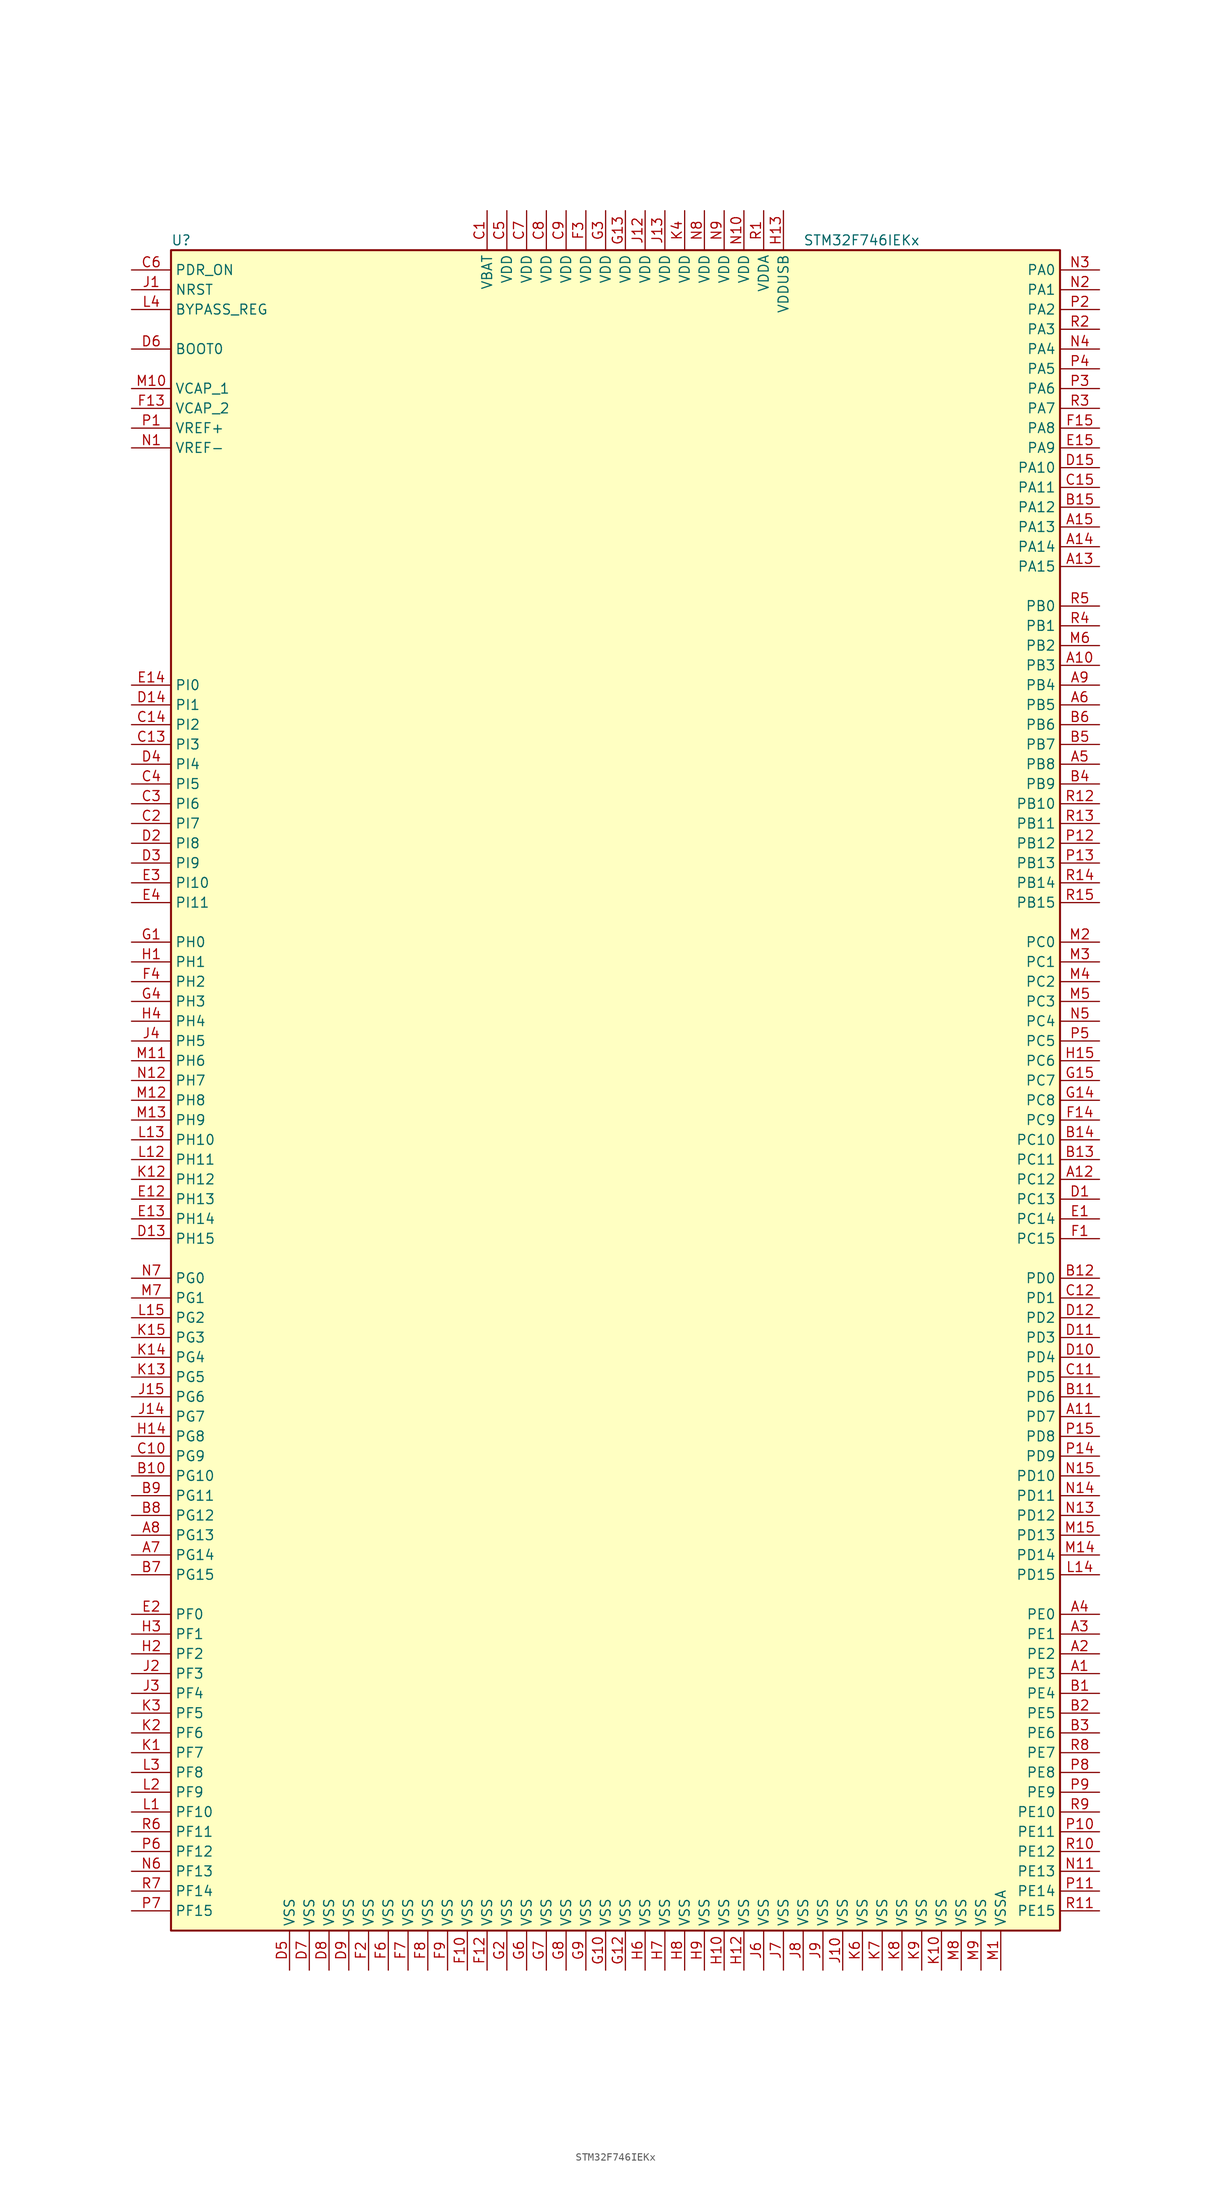
<source format=kicad_sym>
(kicad_symbol_lib
  (version 20201005)
  (generator kicad_symbol_editor)
  (symbol "MCU_ST_STM32F7:STM32F746IEKx"
    (property "Reference" "U"
      (at -58.42 107.95 0)
      (effects (font (size 1.27 1.27)) (justify left)))
    (property "Value" "STM32F746IEKx"
      (at 22.86 107.95 0)
      (effects (font (size 1.27 1.27)) (justify left)))
    (symbol "STM32F746IEKx_0_1"
      (rectangle (start -58.42 -109.22) (end 55.88 106.68) (stroke (width 0.254)) (fill (type background))))
    (symbol "STM32F746IEKx_1_1"
      (pin input line (at -63.5 93.98 0) (length 5.08) (name "BOOT0" (effects (font (size 1.27 1.27)))) (number "D6" (effects (font (size 1.27 1.27)))))
      (pin input line (at -63.5 99.06 0) (length 5.08) (name "BYPASS_REG" (effects (font (size 1.27 1.27)))) (number "L4" (effects (font (size 1.27 1.27)))))
      (pin input line (at -63.5 101.6 0) (length 5.08) (name "NRST" (effects (font (size 1.27 1.27)))) (number "J1" (effects (font (size 1.27 1.27)))))
      (pin bidirectional line (at 60.96 104.14 180) (length 5.08) (name "PA0" (effects (font (size 1.27 1.27)))) (number "N3" (effects (font (size 1.27 1.27)))))
      (pin bidirectional line (at 60.96 101.6 180) (length 5.08) (name "PA1" (effects (font (size 1.27 1.27)))) (number "N2" (effects (font (size 1.27 1.27)))))
      (pin bidirectional line (at 60.96 78.74 180) (length 5.08) (name "PA10" (effects (font (size 1.27 1.27)))) (number "D15" (effects (font (size 1.27 1.27)))))
      (pin bidirectional line (at 60.96 76.2 180) (length 5.08) (name "PA11" (effects (font (size 1.27 1.27)))) (number "C15" (effects (font (size 1.27 1.27)))))
      (pin bidirectional line (at 60.96 73.66 180) (length 5.08) (name "PA12" (effects (font (size 1.27 1.27)))) (number "B15" (effects (font (size 1.27 1.27)))))
      (pin bidirectional line (at 60.96 71.12 180) (length 5.08) (name "PA13" (effects (font (size 1.27 1.27)))) (number "A15" (effects (font (size 1.27 1.27)))))
      (pin bidirectional line (at 60.96 68.58 180) (length 5.08) (name "PA14" (effects (font (size 1.27 1.27)))) (number "A14" (effects (font (size 1.27 1.27)))))
      (pin bidirectional line (at 60.96 66.04 180) (length 5.08) (name "PA15" (effects (font (size 1.27 1.27)))) (number "A13" (effects (font (size 1.27 1.27)))))
      (pin bidirectional line (at 60.96 99.06 180) (length 5.08) (name "PA2" (effects (font (size 1.27 1.27)))) (number "P2" (effects (font (size 1.27 1.27)))))
      (pin bidirectional line (at 60.96 96.52 180) (length 5.08) (name "PA3" (effects (font (size 1.27 1.27)))) (number "R2" (effects (font (size 1.27 1.27)))))
      (pin bidirectional line (at 60.96 93.98 180) (length 5.08) (name "PA4" (effects (font (size 1.27 1.27)))) (number "N4" (effects (font (size 1.27 1.27)))))
      (pin bidirectional line (at 60.96 91.44 180) (length 5.08) (name "PA5" (effects (font (size 1.27 1.27)))) (number "P4" (effects (font (size 1.27 1.27)))))
      (pin bidirectional line (at 60.96 88.9 180) (length 5.08) (name "PA6" (effects (font (size 1.27 1.27)))) (number "P3" (effects (font (size 1.27 1.27)))))
      (pin bidirectional line (at 60.96 86.36 180) (length 5.08) (name "PA7" (effects (font (size 1.27 1.27)))) (number "R3" (effects (font (size 1.27 1.27)))))
      (pin bidirectional line (at 60.96 83.82 180) (length 5.08) (name "PA8" (effects (font (size 1.27 1.27)))) (number "F15" (effects (font (size 1.27 1.27)))))
      (pin bidirectional line (at 60.96 81.28 180) (length 5.08) (name "PA9" (effects (font (size 1.27 1.27)))) (number "E15" (effects (font (size 1.27 1.27)))))
      (pin bidirectional line (at 60.96 60.96 180) (length 5.08) (name "PB0" (effects (font (size 1.27 1.27)))) (number "R5" (effects (font (size 1.27 1.27)))))
      (pin bidirectional line (at 60.96 58.42 180) (length 5.08) (name "PB1" (effects (font (size 1.27 1.27)))) (number "R4" (effects (font (size 1.27 1.27)))))
      (pin bidirectional line (at 60.96 35.56 180) (length 5.08) (name "PB10" (effects (font (size 1.27 1.27)))) (number "R12" (effects (font (size 1.27 1.27)))))
      (pin bidirectional line (at 60.96 33.02 180) (length 5.08) (name "PB11" (effects (font (size 1.27 1.27)))) (number "R13" (effects (font (size 1.27 1.27)))))
      (pin bidirectional line (at 60.96 30.48 180) (length 5.08) (name "PB12" (effects (font (size 1.27 1.27)))) (number "P12" (effects (font (size 1.27 1.27)))))
      (pin bidirectional line (at 60.96 27.94 180) (length 5.08) (name "PB13" (effects (font (size 1.27 1.27)))) (number "P13" (effects (font (size 1.27 1.27)))))
      (pin bidirectional line (at 60.96 25.4 180) (length 5.08) (name "PB14" (effects (font (size 1.27 1.27)))) (number "R14" (effects (font (size 1.27 1.27)))))
      (pin bidirectional line (at 60.96 22.86 180) (length 5.08) (name "PB15" (effects (font (size 1.27 1.27)))) (number "R15" (effects (font (size 1.27 1.27)))))
      (pin bidirectional line (at 60.96 55.88 180) (length 5.08) (name "PB2" (effects (font (size 1.27 1.27)))) (number "M6" (effects (font (size 1.27 1.27)))))
      (pin bidirectional line (at 60.96 53.34 180) (length 5.08) (name "PB3" (effects (font (size 1.27 1.27)))) (number "A10" (effects (font (size 1.27 1.27)))))
      (pin bidirectional line (at 60.96 50.8 180) (length 5.08) (name "PB4" (effects (font (size 1.27 1.27)))) (number "A9" (effects (font (size 1.27 1.27)))))
      (pin bidirectional line (at 60.96 48.26 180) (length 5.08) (name "PB5" (effects (font (size 1.27 1.27)))) (number "A6" (effects (font (size 1.27 1.27)))))
      (pin bidirectional line (at 60.96 45.72 180) (length 5.08) (name "PB6" (effects (font (size 1.27 1.27)))) (number "B6" (effects (font (size 1.27 1.27)))))
      (pin bidirectional line (at 60.96 43.18 180) (length 5.08) (name "PB7" (effects (font (size 1.27 1.27)))) (number "B5" (effects (font (size 1.27 1.27)))))
      (pin bidirectional line (at 60.96 40.64 180) (length 5.08) (name "PB8" (effects (font (size 1.27 1.27)))) (number "A5" (effects (font (size 1.27 1.27)))))
      (pin bidirectional line (at 60.96 38.1 180) (length 5.08) (name "PB9" (effects (font (size 1.27 1.27)))) (number "B4" (effects (font (size 1.27 1.27)))))
      (pin bidirectional line (at 60.96 17.78 180) (length 5.08) (name "PC0" (effects (font (size 1.27 1.27)))) (number "M2" (effects (font (size 1.27 1.27)))))
      (pin bidirectional line (at 60.96 15.24 180) (length 5.08) (name "PC1" (effects (font (size 1.27 1.27)))) (number "M3" (effects (font (size 1.27 1.27)))))
      (pin bidirectional line (at 60.96 -7.62 180) (length 5.08) (name "PC10" (effects (font (size 1.27 1.27)))) (number "B14" (effects (font (size 1.27 1.27)))))
      (pin bidirectional line (at 60.96 -10.16 180) (length 5.08) (name "PC11" (effects (font (size 1.27 1.27)))) (number "B13" (effects (font (size 1.27 1.27)))))
      (pin bidirectional line (at 60.96 -12.7 180) (length 5.08) (name "PC12" (effects (font (size 1.27 1.27)))) (number "A12" (effects (font (size 1.27 1.27)))))
      (pin bidirectional line (at 60.96 -15.24 180) (length 5.08) (name "PC13" (effects (font (size 1.27 1.27)))) (number "D1" (effects (font (size 1.27 1.27)))))
      (pin bidirectional line (at 60.96 -17.78 180) (length 5.08) (name "PC14" (effects (font (size 1.27 1.27)))) (number "E1" (effects (font (size 1.27 1.27)))))
      (pin bidirectional line (at 60.96 -20.32 180) (length 5.08) (name "PC15" (effects (font (size 1.27 1.27)))) (number "F1" (effects (font (size 1.27 1.27)))))
      (pin bidirectional line (at 60.96 12.7 180) (length 5.08) (name "PC2" (effects (font (size 1.27 1.27)))) (number "M4" (effects (font (size 1.27 1.27)))))
      (pin bidirectional line (at 60.96 10.16 180) (length 5.08) (name "PC3" (effects (font (size 1.27 1.27)))) (number "M5" (effects (font (size 1.27 1.27)))))
      (pin bidirectional line (at 60.96 7.62 180) (length 5.08) (name "PC4" (effects (font (size 1.27 1.27)))) (number "N5" (effects (font (size 1.27 1.27)))))
      (pin bidirectional line (at 60.96 5.08 180) (length 5.08) (name "PC5" (effects (font (size 1.27 1.27)))) (number "P5" (effects (font (size 1.27 1.27)))))
      (pin bidirectional line (at 60.96 2.54 180) (length 5.08) (name "PC6" (effects (font (size 1.27 1.27)))) (number "H15" (effects (font (size 1.27 1.27)))))
      (pin bidirectional line (at 60.96 0 180) (length 5.08) (name "PC7" (effects (font (size 1.27 1.27)))) (number "G15" (effects (font (size 1.27 1.27)))))
      (pin bidirectional line (at 60.96 -2.54 180) (length 5.08) (name "PC8" (effects (font (size 1.27 1.27)))) (number "G14" (effects (font (size 1.27 1.27)))))
      (pin bidirectional line (at 60.96 -5.08 180) (length 5.08) (name "PC9" (effects (font (size 1.27 1.27)))) (number "F14" (effects (font (size 1.27 1.27)))))
      (pin bidirectional line (at 60.96 -25.4 180) (length 5.08) (name "PD0" (effects (font (size 1.27 1.27)))) (number "B12" (effects (font (size 1.27 1.27)))))
      (pin bidirectional line (at 60.96 -27.94 180) (length 5.08) (name "PD1" (effects (font (size 1.27 1.27)))) (number "C12" (effects (font (size 1.27 1.27)))))
      (pin bidirectional line (at 60.96 -50.8 180) (length 5.08) (name "PD10" (effects (font (size 1.27 1.27)))) (number "N15" (effects (font (size 1.27 1.27)))))
      (pin bidirectional line (at 60.96 -53.34 180) (length 5.08) (name "PD11" (effects (font (size 1.27 1.27)))) (number "N14" (effects (font (size 1.27 1.27)))))
      (pin bidirectional line (at 60.96 -55.88 180) (length 5.08) (name "PD12" (effects (font (size 1.27 1.27)))) (number "N13" (effects (font (size 1.27 1.27)))))
      (pin bidirectional line (at 60.96 -58.42 180) (length 5.08) (name "PD13" (effects (font (size 1.27 1.27)))) (number "M15" (effects (font (size 1.27 1.27)))))
      (pin bidirectional line (at 60.96 -60.96 180) (length 5.08) (name "PD14" (effects (font (size 1.27 1.27)))) (number "M14" (effects (font (size 1.27 1.27)))))
      (pin bidirectional line (at 60.96 -63.5 180) (length 5.08) (name "PD15" (effects (font (size 1.27 1.27)))) (number "L14" (effects (font (size 1.27 1.27)))))
      (pin bidirectional line (at 60.96 -30.48 180) (length 5.08) (name "PD2" (effects (font (size 1.27 1.27)))) (number "D12" (effects (font (size 1.27 1.27)))))
      (pin bidirectional line (at 60.96 -33.02 180) (length 5.08) (name "PD3" (effects (font (size 1.27 1.27)))) (number "D11" (effects (font (size 1.27 1.27)))))
      (pin bidirectional line (at 60.96 -35.56 180) (length 5.08) (name "PD4" (effects (font (size 1.27 1.27)))) (number "D10" (effects (font (size 1.27 1.27)))))
      (pin bidirectional line (at 60.96 -38.1 180) (length 5.08) (name "PD5" (effects (font (size 1.27 1.27)))) (number "C11" (effects (font (size 1.27 1.27)))))
      (pin bidirectional line (at 60.96 -40.64 180) (length 5.08) (name "PD6" (effects (font (size 1.27 1.27)))) (number "B11" (effects (font (size 1.27 1.27)))))
      (pin bidirectional line (at 60.96 -43.18 180) (length 5.08) (name "PD7" (effects (font (size 1.27 1.27)))) (number "A11" (effects (font (size 1.27 1.27)))))
      (pin bidirectional line (at 60.96 -45.72 180) (length 5.08) (name "PD8" (effects (font (size 1.27 1.27)))) (number "P15" (effects (font (size 1.27 1.27)))))
      (pin bidirectional line (at 60.96 -48.26 180) (length 5.08) (name "PD9" (effects (font (size 1.27 1.27)))) (number "P14" (effects (font (size 1.27 1.27)))))
      (pin input line (at -63.5 104.14 0) (length 5.08) (name "PDR_ON" (effects (font (size 1.27 1.27)))) (number "C6" (effects (font (size 1.27 1.27)))))
      (pin bidirectional line (at 60.96 -68.58 180) (length 5.08) (name "PE0" (effects (font (size 1.27 1.27)))) (number "A4" (effects (font (size 1.27 1.27)))))
      (pin bidirectional line (at 60.96 -71.12 180) (length 5.08) (name "PE1" (effects (font (size 1.27 1.27)))) (number "A3" (effects (font (size 1.27 1.27)))))
      (pin bidirectional line (at 60.96 -93.98 180) (length 5.08) (name "PE10" (effects (font (size 1.27 1.27)))) (number "R9" (effects (font (size 1.27 1.27)))))
      (pin bidirectional line (at 60.96 -96.52 180) (length 5.08) (name "PE11" (effects (font (size 1.27 1.27)))) (number "P10" (effects (font (size 1.27 1.27)))))
      (pin bidirectional line (at 60.96 -99.06 180) (length 5.08) (name "PE12" (effects (font (size 1.27 1.27)))) (number "R10" (effects (font (size 1.27 1.27)))))
      (pin bidirectional line (at 60.96 -101.6 180) (length 5.08) (name "PE13" (effects (font (size 1.27 1.27)))) (number "N11" (effects (font (size 1.27 1.27)))))
      (pin bidirectional line (at 60.96 -104.14 180) (length 5.08) (name "PE14" (effects (font (size 1.27 1.27)))) (number "P11" (effects (font (size 1.27 1.27)))))
      (pin bidirectional line (at 60.96 -106.68 180) (length 5.08) (name "PE15" (effects (font (size 1.27 1.27)))) (number "R11" (effects (font (size 1.27 1.27)))))
      (pin bidirectional line (at 60.96 -73.66 180) (length 5.08) (name "PE2" (effects (font (size 1.27 1.27)))) (number "A2" (effects (font (size 1.27 1.27)))))
      (pin bidirectional line (at 60.96 -76.2 180) (length 5.08) (name "PE3" (effects (font (size 1.27 1.27)))) (number "A1" (effects (font (size 1.27 1.27)))))
      (pin bidirectional line (at 60.96 -78.74 180) (length 5.08) (name "PE4" (effects (font (size 1.27 1.27)))) (number "B1" (effects (font (size 1.27 1.27)))))
      (pin bidirectional line (at 60.96 -81.28 180) (length 5.08) (name "PE5" (effects (font (size 1.27 1.27)))) (number "B2" (effects (font (size 1.27 1.27)))))
      (pin bidirectional line (at 60.96 -83.82 180) (length 5.08) (name "PE6" (effects (font (size 1.27 1.27)))) (number "B3" (effects (font (size 1.27 1.27)))))
      (pin bidirectional line (at 60.96 -86.36 180) (length 5.08) (name "PE7" (effects (font (size 1.27 1.27)))) (number "R8" (effects (font (size 1.27 1.27)))))
      (pin bidirectional line (at 60.96 -88.9 180) (length 5.08) (name "PE8" (effects (font (size 1.27 1.27)))) (number "P8" (effects (font (size 1.27 1.27)))))
      (pin bidirectional line (at 60.96 -91.44 180) (length 5.08) (name "PE9" (effects (font (size 1.27 1.27)))) (number "P9" (effects (font (size 1.27 1.27)))))
      (pin bidirectional line (at -63.5 -68.58 0) (length 5.08) (name "PF0" (effects (font (size 1.27 1.27)))) (number "E2" (effects (font (size 1.27 1.27)))))
      (pin bidirectional line (at -63.5 -71.12 0) (length 5.08) (name "PF1" (effects (font (size 1.27 1.27)))) (number "H3" (effects (font (size 1.27 1.27)))))
      (pin bidirectional line (at -63.5 -93.98 0) (length 5.08) (name "PF10" (effects (font (size 1.27 1.27)))) (number "L1" (effects (font (size 1.27 1.27)))))
      (pin bidirectional line (at -63.5 -96.52 0) (length 5.08) (name "PF11" (effects (font (size 1.27 1.27)))) (number "R6" (effects (font (size 1.27 1.27)))))
      (pin bidirectional line (at -63.5 -99.06 0) (length 5.08) (name "PF12" (effects (font (size 1.27 1.27)))) (number "P6" (effects (font (size 1.27 1.27)))))
      (pin bidirectional line (at -63.5 -101.6 0) (length 5.08) (name "PF13" (effects (font (size 1.27 1.27)))) (number "N6" (effects (font (size 1.27 1.27)))))
      (pin bidirectional line (at -63.5 -104.14 0) (length 5.08) (name "PF14" (effects (font (size 1.27 1.27)))) (number "R7" (effects (font (size 1.27 1.27)))))
      (pin bidirectional line (at -63.5 -106.68 0) (length 5.08) (name "PF15" (effects (font (size 1.27 1.27)))) (number "P7" (effects (font (size 1.27 1.27)))))
      (pin bidirectional line (at -63.5 -73.66 0) (length 5.08) (name "PF2" (effects (font (size 1.27 1.27)))) (number "H2" (effects (font (size 1.27 1.27)))))
      (pin bidirectional line (at -63.5 -76.2 0) (length 5.08) (name "PF3" (effects (font (size 1.27 1.27)))) (number "J2" (effects (font (size 1.27 1.27)))))
      (pin bidirectional line (at -63.5 -78.74 0) (length 5.08) (name "PF4" (effects (font (size 1.27 1.27)))) (number "J3" (effects (font (size 1.27 1.27)))))
      (pin bidirectional line (at -63.5 -81.28 0) (length 5.08) (name "PF5" (effects (font (size 1.27 1.27)))) (number "K3" (effects (font (size 1.27 1.27)))))
      (pin bidirectional line (at -63.5 -83.82 0) (length 5.08) (name "PF6" (effects (font (size 1.27 1.27)))) (number "K2" (effects (font (size 1.27 1.27)))))
      (pin bidirectional line (at -63.5 -86.36 0) (length 5.08) (name "PF7" (effects (font (size 1.27 1.27)))) (number "K1" (effects (font (size 1.27 1.27)))))
      (pin bidirectional line (at -63.5 -88.9 0) (length 5.08) (name "PF8" (effects (font (size 1.27 1.27)))) (number "L3" (effects (font (size 1.27 1.27)))))
      (pin bidirectional line (at -63.5 -91.44 0) (length 5.08) (name "PF9" (effects (font (size 1.27 1.27)))) (number "L2" (effects (font (size 1.27 1.27)))))
      (pin bidirectional line (at -63.5 -25.4 0) (length 5.08) (name "PG0" (effects (font (size 1.27 1.27)))) (number "N7" (effects (font (size 1.27 1.27)))))
      (pin bidirectional line (at -63.5 -27.94 0) (length 5.08) (name "PG1" (effects (font (size 1.27 1.27)))) (number "M7" (effects (font (size 1.27 1.27)))))
      (pin bidirectional line (at -63.5 -50.8 0) (length 5.08) (name "PG10" (effects (font (size 1.27 1.27)))) (number "B10" (effects (font (size 1.27 1.27)))))
      (pin bidirectional line (at -63.5 -53.34 0) (length 5.08) (name "PG11" (effects (font (size 1.27 1.27)))) (number "B9" (effects (font (size 1.27 1.27)))))
      (pin bidirectional line (at -63.5 -55.88 0) (length 5.08) (name "PG12" (effects (font (size 1.27 1.27)))) (number "B8" (effects (font (size 1.27 1.27)))))
      (pin bidirectional line (at -63.5 -58.42 0) (length 5.08) (name "PG13" (effects (font (size 1.27 1.27)))) (number "A8" (effects (font (size 1.27 1.27)))))
      (pin bidirectional line (at -63.5 -60.96 0) (length 5.08) (name "PG14" (effects (font (size 1.27 1.27)))) (number "A7" (effects (font (size 1.27 1.27)))))
      (pin bidirectional line (at -63.5 -63.5 0) (length 5.08) (name "PG15" (effects (font (size 1.27 1.27)))) (number "B7" (effects (font (size 1.27 1.27)))))
      (pin bidirectional line (at -63.5 -30.48 0) (length 5.08) (name "PG2" (effects (font (size 1.27 1.27)))) (number "L15" (effects (font (size 1.27 1.27)))))
      (pin bidirectional line (at -63.5 -33.02 0) (length 5.08) (name "PG3" (effects (font (size 1.27 1.27)))) (number "K15" (effects (font (size 1.27 1.27)))))
      (pin bidirectional line (at -63.5 -35.56 0) (length 5.08) (name "PG4" (effects (font (size 1.27 1.27)))) (number "K14" (effects (font (size 1.27 1.27)))))
      (pin bidirectional line (at -63.5 -38.1 0) (length 5.08) (name "PG5" (effects (font (size 1.27 1.27)))) (number "K13" (effects (font (size 1.27 1.27)))))
      (pin bidirectional line (at -63.5 -40.64 0) (length 5.08) (name "PG6" (effects (font (size 1.27 1.27)))) (number "J15" (effects (font (size 1.27 1.27)))))
      (pin bidirectional line (at -63.5 -43.18 0) (length 5.08) (name "PG7" (effects (font (size 1.27 1.27)))) (number "J14" (effects (font (size 1.27 1.27)))))
      (pin bidirectional line (at -63.5 -45.72 0) (length 5.08) (name "PG8" (effects (font (size 1.27 1.27)))) (number "H14" (effects (font (size 1.27 1.27)))))
      (pin bidirectional line (at -63.5 -48.26 0) (length 5.08) (name "PG9" (effects (font (size 1.27 1.27)))) (number "C10" (effects (font (size 1.27 1.27)))))
      (pin input line (at -63.5 17.78 0) (length 5.08) (name "PH0" (effects (font (size 1.27 1.27)))) (number "G1" (effects (font (size 1.27 1.27)))))
      (pin input line (at -63.5 15.24 0) (length 5.08) (name "PH1" (effects (font (size 1.27 1.27)))) (number "H1" (effects (font (size 1.27 1.27)))))
      (pin bidirectional line (at -63.5 -7.62 0) (length 5.08) (name "PH10" (effects (font (size 1.27 1.27)))) (number "L13" (effects (font (size 1.27 1.27)))))
      (pin bidirectional line (at -63.5 -10.16 0) (length 5.08) (name "PH11" (effects (font (size 1.27 1.27)))) (number "L12" (effects (font (size 1.27 1.27)))))
      (pin bidirectional line (at -63.5 -12.7 0) (length 5.08) (name "PH12" (effects (font (size 1.27 1.27)))) (number "K12" (effects (font (size 1.27 1.27)))))
      (pin bidirectional line (at -63.5 -15.24 0) (length 5.08) (name "PH13" (effects (font (size 1.27 1.27)))) (number "E12" (effects (font (size 1.27 1.27)))))
      (pin bidirectional line (at -63.5 -17.78 0) (length 5.08) (name "PH14" (effects (font (size 1.27 1.27)))) (number "E13" (effects (font (size 1.27 1.27)))))
      (pin bidirectional line (at -63.5 -20.32 0) (length 5.08) (name "PH15" (effects (font (size 1.27 1.27)))) (number "D13" (effects (font (size 1.27 1.27)))))
      (pin bidirectional line (at -63.5 12.7 0) (length 5.08) (name "PH2" (effects (font (size 1.27 1.27)))) (number "F4" (effects (font (size 1.27 1.27)))))
      (pin bidirectional line (at -63.5 10.16 0) (length 5.08) (name "PH3" (effects (font (size 1.27 1.27)))) (number "G4" (effects (font (size 1.27 1.27)))))
      (pin bidirectional line (at -63.5 7.62 0) (length 5.08) (name "PH4" (effects (font (size 1.27 1.27)))) (number "H4" (effects (font (size 1.27 1.27)))))
      (pin bidirectional line (at -63.5 5.08 0) (length 5.08) (name "PH5" (effects (font (size 1.27 1.27)))) (number "J4" (effects (font (size 1.27 1.27)))))
      (pin bidirectional line (at -63.5 2.54 0) (length 5.08) (name "PH6" (effects (font (size 1.27 1.27)))) (number "M11" (effects (font (size 1.27 1.27)))))
      (pin bidirectional line (at -63.5 0 0) (length 5.08) (name "PH7" (effects (font (size 1.27 1.27)))) (number "N12" (effects (font (size 1.27 1.27)))))
      (pin bidirectional line (at -63.5 -2.54 0) (length 5.08) (name "PH8" (effects (font (size 1.27 1.27)))) (number "M12" (effects (font (size 1.27 1.27)))))
      (pin bidirectional line (at -63.5 -5.08 0) (length 5.08) (name "PH9" (effects (font (size 1.27 1.27)))) (number "M13" (effects (font (size 1.27 1.27)))))
      (pin bidirectional line (at -63.5 50.8 0) (length 5.08) (name "PI0" (effects (font (size 1.27 1.27)))) (number "E14" (effects (font (size 1.27 1.27)))))
      (pin bidirectional line (at -63.5 48.26 0) (length 5.08) (name "PI1" (effects (font (size 1.27 1.27)))) (number "D14" (effects (font (size 1.27 1.27)))))
      (pin bidirectional line (at -63.5 25.4 0) (length 5.08) (name "PI10" (effects (font (size 1.27 1.27)))) (number "E3" (effects (font (size 1.27 1.27)))))
      (pin bidirectional line (at -63.5 22.86 0) (length 5.08) (name "PI11" (effects (font (size 1.27 1.27)))) (number "E4" (effects (font (size 1.27 1.27)))))
      (pin bidirectional line (at -63.5 45.72 0) (length 5.08) (name "PI2" (effects (font (size 1.27 1.27)))) (number "C14" (effects (font (size 1.27 1.27)))))
      (pin bidirectional line (at -63.5 43.18 0) (length 5.08) (name "PI3" (effects (font (size 1.27 1.27)))) (number "C13" (effects (font (size 1.27 1.27)))))
      (pin bidirectional line (at -63.5 40.64 0) (length 5.08) (name "PI4" (effects (font (size 1.27 1.27)))) (number "D4" (effects (font (size 1.27 1.27)))))
      (pin bidirectional line (at -63.5 38.1 0) (length 5.08) (name "PI5" (effects (font (size 1.27 1.27)))) (number "C4" (effects (font (size 1.27 1.27)))))
      (pin bidirectional line (at -63.5 35.56 0) (length 5.08) (name "PI6" (effects (font (size 1.27 1.27)))) (number "C3" (effects (font (size 1.27 1.27)))))
      (pin bidirectional line (at -63.5 33.02 0) (length 5.08) (name "PI7" (effects (font (size 1.27 1.27)))) (number "C2" (effects (font (size 1.27 1.27)))))
      (pin bidirectional line (at -63.5 30.48 0) (length 5.08) (name "PI8" (effects (font (size 1.27 1.27)))) (number "D2" (effects (font (size 1.27 1.27)))))
      (pin bidirectional line (at -63.5 27.94 0) (length 5.08) (name "PI9" (effects (font (size 1.27 1.27)))) (number "D3" (effects (font (size 1.27 1.27)))))
      (pin power_in line (at -17.78 111.76 270) (length 5.08) (name "VBAT" (effects (font (size 1.27 1.27)))) (number "C1" (effects (font (size 1.27 1.27)))))
      (pin power_in line (at -63.5 88.9 0) (length 5.08) (name "VCAP_1" (effects (font (size 1.27 1.27)))) (number "M10" (effects (font (size 1.27 1.27)))))
      (pin power_in line (at -63.5 86.36 0) (length 5.08) (name "VCAP_2" (effects (font (size 1.27 1.27)))) (number "F13" (effects (font (size 1.27 1.27)))))
      (pin power_in line (at -15.24 111.76 270) (length 5.08) (name "VDD" (effects (font (size 1.27 1.27)))) (number "C5" (effects (font (size 1.27 1.27)))))
      (pin power_in line (at -12.7 111.76 270) (length 5.08) (name "VDD" (effects (font (size 1.27 1.27)))) (number "C7" (effects (font (size 1.27 1.27)))))
      (pin power_in line (at -10.16 111.76 270) (length 5.08) (name "VDD" (effects (font (size 1.27 1.27)))) (number "C8" (effects (font (size 1.27 1.27)))))
      (pin power_in line (at -7.62 111.76 270) (length 5.08) (name "VDD" (effects (font (size 1.27 1.27)))) (number "C9" (effects (font (size 1.27 1.27)))))
      (pin power_in line (at -5.08 111.76 270) (length 5.08) (name "VDD" (effects (font (size 1.27 1.27)))) (number "F3" (effects (font (size 1.27 1.27)))))
      (pin power_in line (at 0 111.76 270) (length 5.08) (name "VDD" (effects (font (size 1.27 1.27)))) (number "G13" (effects (font (size 1.27 1.27)))))
      (pin power_in line (at -2.54 111.76 270) (length 5.08) (name "VDD" (effects (font (size 1.27 1.27)))) (number "G3" (effects (font (size 1.27 1.27)))))
      (pin power_in line (at 2.54 111.76 270) (length 5.08) (name "VDD" (effects (font (size 1.27 1.27)))) (number "J12" (effects (font (size 1.27 1.27)))))
      (pin power_in line (at 5.08 111.76 270) (length 5.08) (name "VDD" (effects (font (size 1.27 1.27)))) (number "J13" (effects (font (size 1.27 1.27)))))
      (pin power_in line (at 7.62 111.76 270) (length 5.08) (name "VDD" (effects (font (size 1.27 1.27)))) (number "K4" (effects (font (size 1.27 1.27)))))
      (pin power_in line (at 15.24 111.76 270) (length 5.08) (name "VDD" (effects (font (size 1.27 1.27)))) (number "N10" (effects (font (size 1.27 1.27)))))
      (pin power_in line (at 10.16 111.76 270) (length 5.08) (name "VDD" (effects (font (size 1.27 1.27)))) (number "N8" (effects (font (size 1.27 1.27)))))
      (pin power_in line (at 12.7 111.76 270) (length 5.08) (name "VDD" (effects (font (size 1.27 1.27)))) (number "N9" (effects (font (size 1.27 1.27)))))
      (pin power_in line (at 17.78 111.76 270) (length 5.08) (name "VDDA" (effects (font (size 1.27 1.27)))) (number "R1" (effects (font (size 1.27 1.27)))))
      (pin power_in line (at 20.32 111.76 270) (length 5.08) (name "VDDUSB" (effects (font (size 1.27 1.27)))) (number "H13" (effects (font (size 1.27 1.27)))))
      (pin power_in line (at -63.5 83.82 0) (length 5.08) (name "VREF+" (effects (font (size 1.27 1.27)))) (number "P1" (effects (font (size 1.27 1.27)))))
      (pin power_in line (at -63.5 81.28 0) (length 5.08) (name "VREF-" (effects (font (size 1.27 1.27)))) (number "N1" (effects (font (size 1.27 1.27)))))
      (pin power_in line (at -43.18 -114.3 90) (length 5.08) (name "VSS" (effects (font (size 1.27 1.27)))) (number "D5" (effects (font (size 1.27 1.27)))))
      (pin power_in line (at -40.64 -114.3 90) (length 5.08) (name "VSS" (effects (font (size 1.27 1.27)))) (number "D7" (effects (font (size 1.27 1.27)))))
      (pin power_in line (at -38.1 -114.3 90) (length 5.08) (name "VSS" (effects (font (size 1.27 1.27)))) (number "D8" (effects (font (size 1.27 1.27)))))
      (pin power_in line (at -35.56 -114.3 90) (length 5.08) (name "VSS" (effects (font (size 1.27 1.27)))) (number "D9" (effects (font (size 1.27 1.27)))))
      (pin power_in line (at -20.32 -114.3 90) (length 5.08) (name "VSS" (effects (font (size 1.27 1.27)))) (number "F10" (effects (font (size 1.27 1.27)))))
      (pin power_in line (at -17.78 -114.3 90) (length 5.08) (name "VSS" (effects (font (size 1.27 1.27)))) (number "F12" (effects (font (size 1.27 1.27)))))
      (pin power_in line (at -33.02 -114.3 90) (length 5.08) (name "VSS" (effects (font (size 1.27 1.27)))) (number "F2" (effects (font (size 1.27 1.27)))))
      (pin power_in line (at -30.48 -114.3 90) (length 5.08) (name "VSS" (effects (font (size 1.27 1.27)))) (number "F6" (effects (font (size 1.27 1.27)))))
      (pin power_in line (at -27.94 -114.3 90) (length 5.08) (name "VSS" (effects (font (size 1.27 1.27)))) (number "F7" (effects (font (size 1.27 1.27)))))
      (pin power_in line (at -25.4 -114.3 90) (length 5.08) (name "VSS" (effects (font (size 1.27 1.27)))) (number "F8" (effects (font (size 1.27 1.27)))))
      (pin power_in line (at -22.86 -114.3 90) (length 5.08) (name "VSS" (effects (font (size 1.27 1.27)))) (number "F9" (effects (font (size 1.27 1.27)))))
      (pin power_in line (at -2.54 -114.3 90) (length 5.08) (name "VSS" (effects (font (size 1.27 1.27)))) (number "G10" (effects (font (size 1.27 1.27)))))
      (pin power_in line (at 0 -114.3 90) (length 5.08) (name "VSS" (effects (font (size 1.27 1.27)))) (number "G12" (effects (font (size 1.27 1.27)))))
      (pin power_in line (at -15.24 -114.3 90) (length 5.08) (name "VSS" (effects (font (size 1.27 1.27)))) (number "G2" (effects (font (size 1.27 1.27)))))
      (pin power_in line (at -12.7 -114.3 90) (length 5.08) (name "VSS" (effects (font (size 1.27 1.27)))) (number "G6" (effects (font (size 1.27 1.27)))))
      (pin power_in line (at -10.16 -114.3 90) (length 5.08) (name "VSS" (effects (font (size 1.27 1.27)))) (number "G7" (effects (font (size 1.27 1.27)))))
      (pin power_in line (at -7.62 -114.3 90) (length 5.08) (name "VSS" (effects (font (size 1.27 1.27)))) (number "G8" (effects (font (size 1.27 1.27)))))
      (pin power_in line (at -5.08 -114.3 90) (length 5.08) (name "VSS" (effects (font (size 1.27 1.27)))) (number "G9" (effects (font (size 1.27 1.27)))))
      (pin power_in line (at 12.7 -114.3 90) (length 5.08) (name "VSS" (effects (font (size 1.27 1.27)))) (number "H10" (effects (font (size 1.27 1.27)))))
      (pin power_in line (at 15.24 -114.3 90) (length 5.08) (name "VSS" (effects (font (size 1.27 1.27)))) (number "H12" (effects (font (size 1.27 1.27)))))
      (pin power_in line (at 2.54 -114.3 90) (length 5.08) (name "VSS" (effects (font (size 1.27 1.27)))) (number "H6" (effects (font (size 1.27 1.27)))))
      (pin power_in line (at 5.08 -114.3 90) (length 5.08) (name "VSS" (effects (font (size 1.27 1.27)))) (number "H7" (effects (font (size 1.27 1.27)))))
      (pin power_in line (at 7.62 -114.3 90) (length 5.08) (name "VSS" (effects (font (size 1.27 1.27)))) (number "H8" (effects (font (size 1.27 1.27)))))
      (pin power_in line (at 10.16 -114.3 90) (length 5.08) (name "VSS" (effects (font (size 1.27 1.27)))) (number "H9" (effects (font (size 1.27 1.27)))))
      (pin power_in line (at 27.94 -114.3 90) (length 5.08) (name "VSS" (effects (font (size 1.27 1.27)))) (number "J10" (effects (font (size 1.27 1.27)))))
      (pin power_in line (at 17.78 -114.3 90) (length 5.08) (name "VSS" (effects (font (size 1.27 1.27)))) (number "J6" (effects (font (size 1.27 1.27)))))
      (pin power_in line (at 20.32 -114.3 90) (length 5.08) (name "VSS" (effects (font (size 1.27 1.27)))) (number "J7" (effects (font (size 1.27 1.27)))))
      (pin power_in line (at 22.86 -114.3 90) (length 5.08) (name "VSS" (effects (font (size 1.27 1.27)))) (number "J8" (effects (font (size 1.27 1.27)))))
      (pin power_in line (at 25.4 -114.3 90) (length 5.08) (name "VSS" (effects (font (size 1.27 1.27)))) (number "J9" (effects (font (size 1.27 1.27)))))
      (pin power_in line (at 40.64 -114.3 90) (length 5.08) (name "VSS" (effects (font (size 1.27 1.27)))) (number "K10" (effects (font (size 1.27 1.27)))))
      (pin power_in line (at 30.48 -114.3 90) (length 5.08) (name "VSS" (effects (font (size 1.27 1.27)))) (number "K6" (effects (font (size 1.27 1.27)))))
      (pin power_in line (at 33.02 -114.3 90) (length 5.08) (name "VSS" (effects (font (size 1.27 1.27)))) (number "K7" (effects (font (size 1.27 1.27)))))
      (pin power_in line (at 35.56 -114.3 90) (length 5.08) (name "VSS" (effects (font (size 1.27 1.27)))) (number "K8" (effects (font (size 1.27 1.27)))))
      (pin power_in line (at 38.1 -114.3 90) (length 5.08) (name "VSS" (effects (font (size 1.27 1.27)))) (number "K9" (effects (font (size 1.27 1.27)))))
      (pin power_in line (at 43.18 -114.3 90) (length 5.08) (name "VSS" (effects (font (size 1.27 1.27)))) (number "M8" (effects (font (size 1.27 1.27)))))
      (pin power_in line (at 45.72 -114.3 90) (length 5.08) (name "VSS" (effects (font (size 1.27 1.27)))) (number "M9" (effects (font (size 1.27 1.27)))))
      (pin power_in line (at 48.26 -114.3 90) (length 5.08) (name "VSSA" (effects (font (size 1.27 1.27)))) (number "M1" (effects (font (size 1.27 1.27))))))))
</source>
